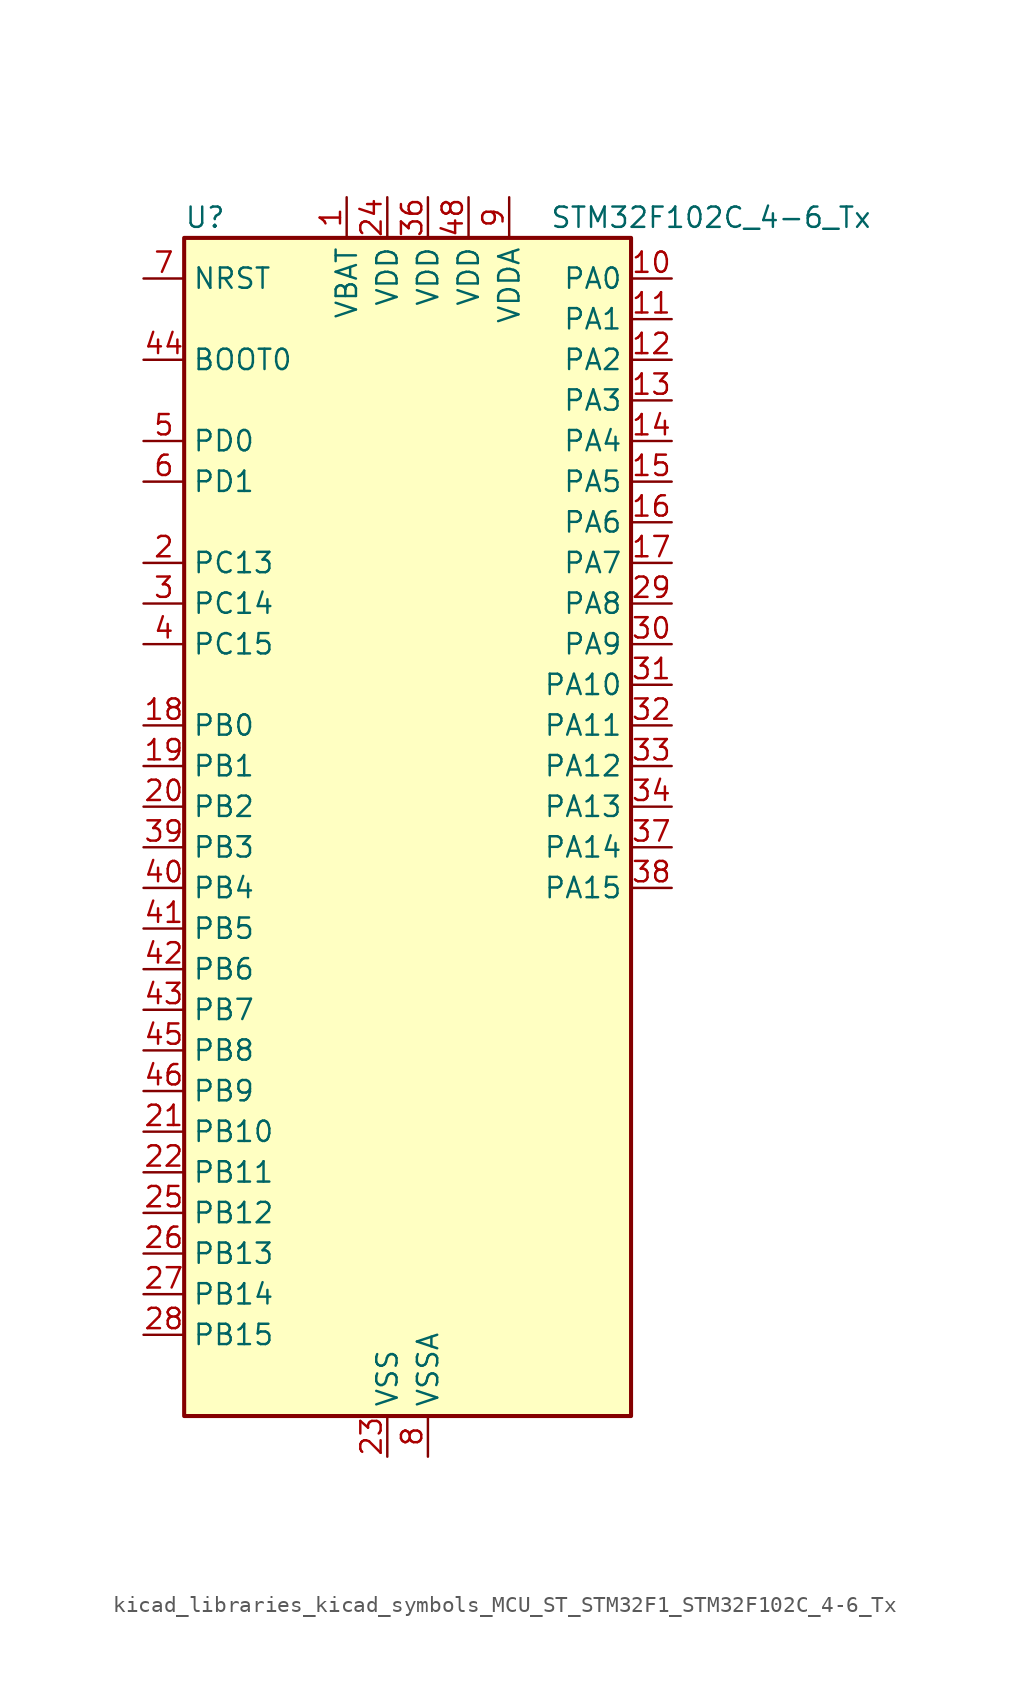
<source format=kicad_sym>
(kicad_symbol_lib
  (version 20220914)
  (generator kicad_symbol_editor)
  (symbol "kicad_libraries_kicad_symbols_MCU_ST_STM32F1_STM32F102C_4-6_Tx"
    (property "Reference" "U"
      (at -12.7 39.37 0)
      (effects (font (size 1.27 1.27)) (justify left)))
    (property "Value" "STM32F102C_4-6_Tx"
      (at 10.16 39.37 0)
      (effects (font (size 1.27 1.27)) (justify left)))
    (property "ki_locked" ""
      (at 0 0 0)
      (effects (font (size 1.27 1.27))))
    (symbol "kicad_libraries_kicad_symbols_MCU_ST_STM32F1_STM32F102C_4-6_Tx_0_1"
      (rectangle (start -12.7 -35.56) (end 15.24 38.1) (stroke (width 0.254) (type default)) (fill (type background))))
    (symbol "kicad_libraries_kicad_symbols_MCU_ST_STM32F1_STM32F102C_4-6_Tx_1_1"
      (pin power_in line (at -2.54 40.64 270) (length 2.54) (name "VBAT" (effects (font (size 1.27 1.27)))) (number "1" (effects (font (size 1.27 1.27)))))
      (pin bidirectional line (at 17.78 35.56 180) (length 2.54) (name "PA0" (effects (font (size 1.27 1.27)))) (number "10" (effects (font (size 1.27 1.27)))) (alternate "ADC1_IN0" bidirectional line) (alternate "SYS_WKUP" bidirectional line) (alternate "TIM2_CH1" bidirectional line) (alternate "TIM2_ETR" bidirectional line) (alternate "USART2_CTS" bidirectional line))
      (pin bidirectional line (at 17.78 33.02 180) (length 2.54) (name "PA1" (effects (font (size 1.27 1.27)))) (number "11" (effects (font (size 1.27 1.27)))) (alternate "ADC1_IN1" bidirectional line) (alternate "TIM2_CH2" bidirectional line) (alternate "USART2_RTS" bidirectional line))
      (pin bidirectional line (at 17.78 30.48 180) (length 2.54) (name "PA2" (effects (font (size 1.27 1.27)))) (number "12" (effects (font (size 1.27 1.27)))) (alternate "ADC1_IN2" bidirectional line) (alternate "TIM2_CH3" bidirectional line) (alternate "USART2_TX" bidirectional line))
      (pin bidirectional line (at 17.78 27.94 180) (length 2.54) (name "PA3" (effects (font (size 1.27 1.27)))) (number "13" (effects (font (size 1.27 1.27)))) (alternate "ADC1_IN3" bidirectional line) (alternate "TIM2_CH4" bidirectional line) (alternate "USART2_RX" bidirectional line))
      (pin bidirectional line (at 17.78 25.4 180) (length 2.54) (name "PA4" (effects (font (size 1.27 1.27)))) (number "14" (effects (font (size 1.27 1.27)))) (alternate "ADC1_IN4" bidirectional line) (alternate "SPI1_NSS" bidirectional line) (alternate "USART2_CK" bidirectional line))
      (pin bidirectional line (at 17.78 22.86 180) (length 2.54) (name "PA5" (effects (font (size 1.27 1.27)))) (number "15" (effects (font (size 1.27 1.27)))) (alternate "ADC1_IN5" bidirectional line) (alternate "SPI1_SCK" bidirectional line))
      (pin bidirectional line (at 17.78 20.32 180) (length 2.54) (name "PA6" (effects (font (size 1.27 1.27)))) (number "16" (effects (font (size 1.27 1.27)))) (alternate "ADC1_IN6" bidirectional line) (alternate "SPI1_MISO" bidirectional line) (alternate "TIM3_CH1" bidirectional line))
      (pin bidirectional line (at 17.78 17.78 180) (length 2.54) (name "PA7" (effects (font (size 1.27 1.27)))) (number "17" (effects (font (size 1.27 1.27)))) (alternate "ADC1_IN7" bidirectional line) (alternate "SPI1_MOSI" bidirectional line) (alternate "TIM3_CH2" bidirectional line))
      (pin bidirectional line (at -15.24 7.62 0) (length 2.54) (name "PB0" (effects (font (size 1.27 1.27)))) (number "18" (effects (font (size 1.27 1.27)))) (alternate "ADC1_IN8" bidirectional line) (alternate "TIM3_CH3" bidirectional line))
      (pin bidirectional line (at -15.24 5.08 0) (length 2.54) (name "PB1" (effects (font (size 1.27 1.27)))) (number "19" (effects (font (size 1.27 1.27)))) (alternate "ADC1_IN9" bidirectional line) (alternate "TIM3_CH4" bidirectional line))
      (pin bidirectional line (at -15.24 17.78 0) (length 2.54) (name "PC13" (effects (font (size 1.27 1.27)))) (number "2" (effects (font (size 1.27 1.27)))) (alternate "RTC_OUT" bidirectional line) (alternate "RTC_TAMPER" bidirectional line))
      (pin bidirectional line (at -15.24 2.54 0) (length 2.54) (name "PB2" (effects (font (size 1.27 1.27)))) (number "20" (effects (font (size 1.27 1.27)))))
      (pin bidirectional line (at -15.24 -17.78 0) (length 2.54) (name "PB10" (effects (font (size 1.27 1.27)))) (number "21" (effects (font (size 1.27 1.27)))) (alternate "TIM2_CH3" bidirectional line))
      (pin bidirectional line (at -15.24 -20.32 0) (length 2.54) (name "PB11" (effects (font (size 1.27 1.27)))) (number "22" (effects (font (size 1.27 1.27)))) (alternate "ADC1_EXTI11" bidirectional line) (alternate "TIM2_CH4" bidirectional line))
      (pin power_in line (at 0 -38.1 90) (length 2.54) (name "VSS" (effects (font (size 1.27 1.27)))) (number "23" (effects (font (size 1.27 1.27)))))
      (pin power_in line (at 0 40.64 270) (length 2.54) (name "VDD" (effects (font (size 1.27 1.27)))) (number "24" (effects (font (size 1.27 1.27)))))
      (pin bidirectional line (at -15.24 -22.86 0) (length 2.54) (name "PB12" (effects (font (size 1.27 1.27)))) (number "25" (effects (font (size 1.27 1.27)))))
      (pin bidirectional line (at -15.24 -25.4 0) (length 2.54) (name "PB13" (effects (font (size 1.27 1.27)))) (number "26" (effects (font (size 1.27 1.27)))))
      (pin bidirectional line (at -15.24 -27.94 0) (length 2.54) (name "PB14" (effects (font (size 1.27 1.27)))) (number "27" (effects (font (size 1.27 1.27)))))
      (pin bidirectional line (at -15.24 -30.48 0) (length 2.54) (name "PB15" (effects (font (size 1.27 1.27)))) (number "28" (effects (font (size 1.27 1.27)))) (alternate "ADC1_EXTI15" bidirectional line))
      (pin bidirectional line (at 17.78 15.24 180) (length 2.54) (name "PA8" (effects (font (size 1.27 1.27)))) (number "29" (effects (font (size 1.27 1.27)))) (alternate "RCC_MCO" bidirectional line) (alternate "USART1_CK" bidirectional line))
      (pin bidirectional line (at -15.24 15.24 0) (length 2.54) (name "PC14" (effects (font (size 1.27 1.27)))) (number "3" (effects (font (size 1.27 1.27)))) (alternate "RCC_OSC32_IN" bidirectional line))
      (pin bidirectional line (at 17.78 12.7 180) (length 2.54) (name "PA9" (effects (font (size 1.27 1.27)))) (number "30" (effects (font (size 1.27 1.27)))) (alternate "USART1_TX" bidirectional line))
      (pin bidirectional line (at 17.78 10.16 180) (length 2.54) (name "PA10" (effects (font (size 1.27 1.27)))) (number "31" (effects (font (size 1.27 1.27)))) (alternate "USART1_RX" bidirectional line))
      (pin bidirectional line (at 17.78 7.62 180) (length 2.54) (name "PA11" (effects (font (size 1.27 1.27)))) (number "32" (effects (font (size 1.27 1.27)))) (alternate "ADC1_EXTI11" bidirectional line) (alternate "USART1_CTS" bidirectional line) (alternate "USB_DM" bidirectional line))
      (pin bidirectional line (at 17.78 5.08 180) (length 2.54) (name "PA12" (effects (font (size 1.27 1.27)))) (number "33" (effects (font (size 1.27 1.27)))) (alternate "USART1_RTS" bidirectional line) (alternate "USB_DP" bidirectional line))
      (pin bidirectional line (at 17.78 2.54 180) (length 2.54) (name "PA13" (effects (font (size 1.27 1.27)))) (number "34" (effects (font (size 1.27 1.27)))) (alternate "SYS_JTMS-SWDIO" bidirectional line))
      (pin passive line (at 0 -38.1 90) (length 2.54) hide (name "VSS" (effects (font (size 1.27 1.27)))) (number "35" (effects (font (size 1.27 1.27)))))
      (pin power_in line (at 2.54 40.64 270) (length 2.54) (name "VDD" (effects (font (size 1.27 1.27)))) (number "36" (effects (font (size 1.27 1.27)))))
      (pin bidirectional line (at 17.78 0 180) (length 2.54) (name "PA14" (effects (font (size 1.27 1.27)))) (number "37" (effects (font (size 1.27 1.27)))) (alternate "SYS_JTCK-SWCLK" bidirectional line))
      (pin bidirectional line (at 17.78 -2.54 180) (length 2.54) (name "PA15" (effects (font (size 1.27 1.27)))) (number "38" (effects (font (size 1.27 1.27)))) (alternate "ADC1_EXTI15" bidirectional line) (alternate "SPI1_NSS" bidirectional line) (alternate "SYS_JTDI" bidirectional line) (alternate "TIM2_CH1" bidirectional line) (alternate "TIM2_ETR" bidirectional line))
      (pin bidirectional line (at -15.24 0 0) (length 2.54) (name "PB3" (effects (font (size 1.27 1.27)))) (number "39" (effects (font (size 1.27 1.27)))) (alternate "SPI1_SCK" bidirectional line) (alternate "SYS_JTDO-TRACESWO" bidirectional line) (alternate "TIM2_CH2" bidirectional line))
      (pin bidirectional line (at -15.24 12.7 0) (length 2.54) (name "PC15" (effects (font (size 1.27 1.27)))) (number "4" (effects (font (size 1.27 1.27)))) (alternate "ADC1_EXTI15" bidirectional line) (alternate "RCC_OSC32_OUT" bidirectional line))
      (pin bidirectional line (at -15.24 -2.54 0) (length 2.54) (name "PB4" (effects (font (size 1.27 1.27)))) (number "40" (effects (font (size 1.27 1.27)))) (alternate "SPI1_MISO" bidirectional line) (alternate "SYS_NJTRST" bidirectional line) (alternate "TIM3_CH1" bidirectional line))
      (pin bidirectional line (at -15.24 -5.08 0) (length 2.54) (name "PB5" (effects (font (size 1.27 1.27)))) (number "41" (effects (font (size 1.27 1.27)))) (alternate "I2C1_SMBA" bidirectional line) (alternate "SPI1_MOSI" bidirectional line) (alternate "TIM3_CH2" bidirectional line))
      (pin bidirectional line (at -15.24 -7.62 0) (length 2.54) (name "PB6" (effects (font (size 1.27 1.27)))) (number "42" (effects (font (size 1.27 1.27)))) (alternate "I2C1_SCL" bidirectional line) (alternate "USART1_TX" bidirectional line))
      (pin bidirectional line (at -15.24 -10.16 0) (length 2.54) (name "PB7" (effects (font (size 1.27 1.27)))) (number "43" (effects (font (size 1.27 1.27)))) (alternate "I2C1_SDA" bidirectional line) (alternate "USART1_RX" bidirectional line))
      (pin input line (at -15.24 30.48 0) (length 2.54) (name "BOOT0" (effects (font (size 1.27 1.27)))) (number "44" (effects (font (size 1.27 1.27)))))
      (pin bidirectional line (at -15.24 -12.7 0) (length 2.54) (name "PB8" (effects (font (size 1.27 1.27)))) (number "45" (effects (font (size 1.27 1.27)))) (alternate "I2C1_SCL" bidirectional line))
      (pin bidirectional line (at -15.24 -15.24 0) (length 2.54) (name "PB9" (effects (font (size 1.27 1.27)))) (number "46" (effects (font (size 1.27 1.27)))) (alternate "I2C1_SDA" bidirectional line))
      (pin passive line (at 0 -38.1 90) (length 2.54) hide (name "VSS" (effects (font (size 1.27 1.27)))) (number "47" (effects (font (size 1.27 1.27)))))
      (pin power_in line (at 5.08 40.64 270) (length 2.54) (name "VDD" (effects (font (size 1.27 1.27)))) (number "48" (effects (font (size 1.27 1.27)))))
      (pin bidirectional line (at -15.24 25.4 0) (length 2.54) (name "PD0" (effects (font (size 1.27 1.27)))) (number "5" (effects (font (size 1.27 1.27)))) (alternate "RCC_OSC_IN" bidirectional line))
      (pin bidirectional line (at -15.24 22.86 0) (length 2.54) (name "PD1" (effects (font (size 1.27 1.27)))) (number "6" (effects (font (size 1.27 1.27)))) (alternate "RCC_OSC_OUT" bidirectional line))
      (pin input line (at -15.24 35.56 0) (length 2.54) (name "NRST" (effects (font (size 1.27 1.27)))) (number "7" (effects (font (size 1.27 1.27)))))
      (pin power_in line (at 2.54 -38.1 90) (length 2.54) (name "VSSA" (effects (font (size 1.27 1.27)))) (number "8" (effects (font (size 1.27 1.27)))))
      (pin power_in line (at 7.62 40.64 270) (length 2.54) (name "VDDA" (effects (font (size 1.27 1.27)))) (number "9" (effects (font (size 1.27 1.27))))))))
</source>
